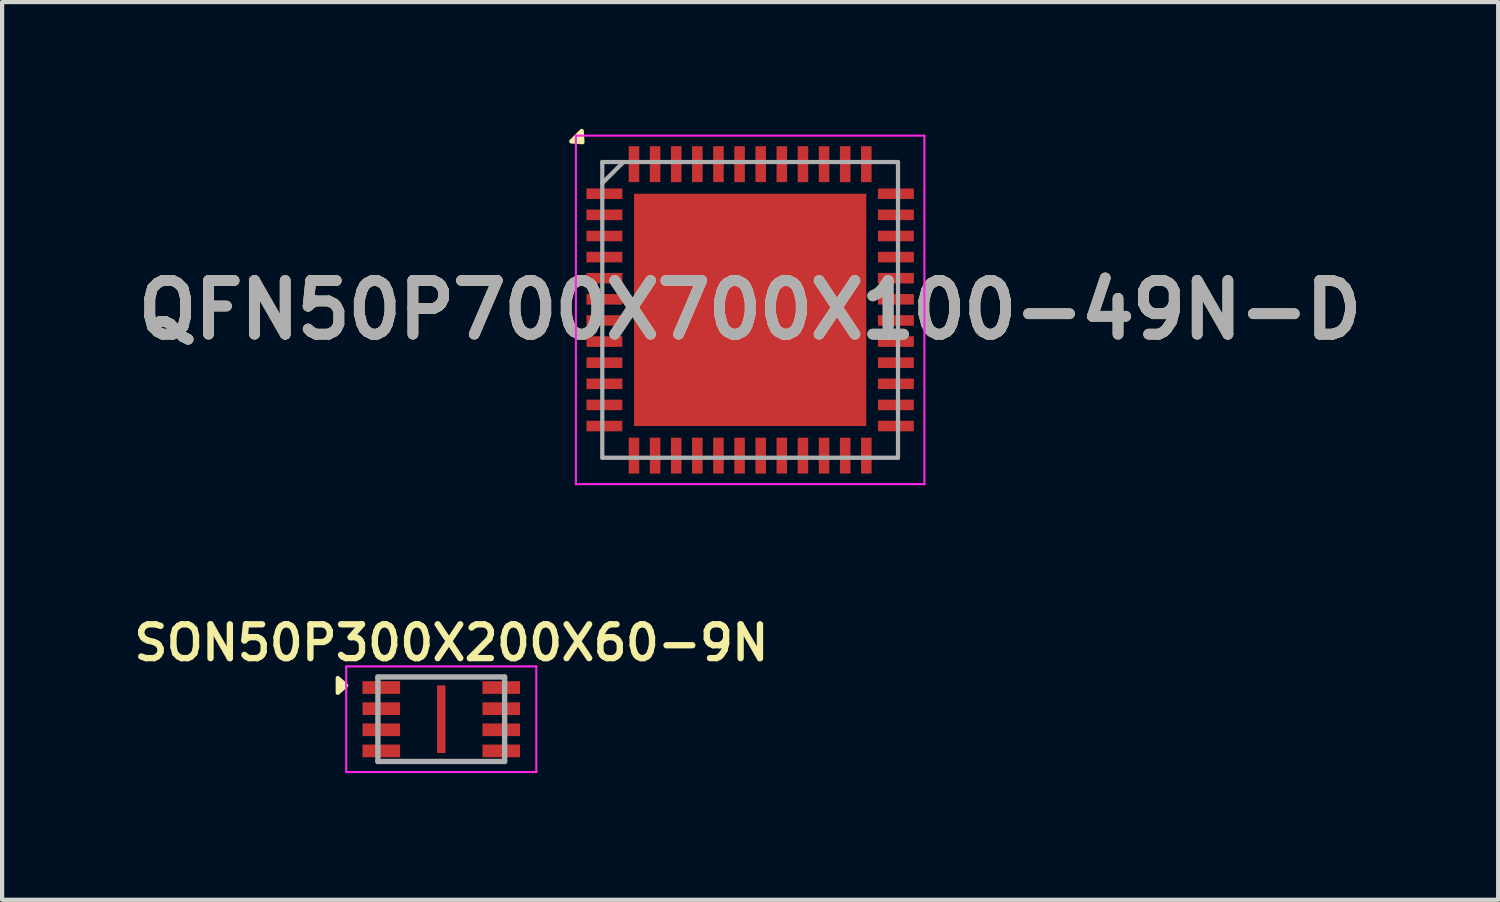
<source format=kicad_pcb>
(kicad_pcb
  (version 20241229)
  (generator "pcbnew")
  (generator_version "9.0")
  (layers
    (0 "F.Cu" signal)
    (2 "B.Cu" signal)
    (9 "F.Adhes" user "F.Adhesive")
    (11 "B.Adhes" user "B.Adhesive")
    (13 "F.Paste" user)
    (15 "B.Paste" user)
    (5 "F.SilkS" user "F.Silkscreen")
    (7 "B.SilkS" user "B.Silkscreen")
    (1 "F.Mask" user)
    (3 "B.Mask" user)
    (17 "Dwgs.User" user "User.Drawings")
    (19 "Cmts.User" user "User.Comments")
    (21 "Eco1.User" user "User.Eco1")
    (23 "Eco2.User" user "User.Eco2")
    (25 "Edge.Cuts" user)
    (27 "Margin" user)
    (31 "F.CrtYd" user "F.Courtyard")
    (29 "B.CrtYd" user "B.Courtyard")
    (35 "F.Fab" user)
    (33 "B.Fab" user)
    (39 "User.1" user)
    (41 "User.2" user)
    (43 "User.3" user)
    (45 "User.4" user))
  (footprint "QFN50P700X700X100-49N-D"
    (layer "F.Cu")
    (at 14.708 4.286)
    (property "Reference" "QFN50P700X700X100-49N-D" (at 0 0 0) (layer "F.SilkS") (effects (font (size 1.27 1.27) (thickness 0.254))))
    (attr smd)
    (fp_poly (pts (xy -3.97 -3.97) (xy -3.987 -4.236) (xy -4.235 -3.988)) (stroke (width 0.1) (type solid)) (fill yes) (layer "F.SilkS"))
    (fp_rect (start -2.606 -0.764) (end -1.094 0.747) (stroke (width 0) (type default)) (fill yes) (layer "F.Paste"))
    (fp_rect (start -2.606 1.004) (end -1.094 2.516) (stroke (width 0) (type default)) (fill yes) (layer "F.Paste"))
    (fp_rect (start -2.589 -2.589) (end -1.077 -1.077) (stroke (width 0) (type default)) (fill yes) (layer "F.Paste"))
    (fp_rect (start -0.773 -0.764) (end 0.739 0.764) (stroke (width 0) (type default)) (fill yes) (layer "F.Paste"))
    (fp_rect (start -0.773 1.004) (end 0.739 2.533) (stroke (width 0) (type default)) (fill yes) (layer "F.Paste"))
    (fp_rect (start -0.756 -2.589) (end 0.756 -1.06) (stroke (width 0) (type default)) (fill yes) (layer "F.Paste"))
    (fp_rect (start 1.06 -0.764) (end 2.572 0.764) (stroke (width 0) (type default)) (fill yes) (layer "F.Paste"))
    (fp_rect (start 1.06 1.004) (end 2.572 2.533) (stroke (width 0) (type default)) (fill yes) (layer "F.Paste"))
    (fp_rect (start 1.077 -2.589) (end 2.589 -1.06) (stroke (width 0) (type default)) (fill yes) (layer "F.Paste"))
    (fp_line (start -4.125 -4.125) (end 4.125 -4.125) (stroke (width 0.05) (type solid)) (layer "F.CrtYd"))
    (fp_line (start -4.125 4.125) (end -4.125 -4.125) (stroke (width 0.05) (type solid)) (layer "F.CrtYd"))
    (fp_line (start 4.125 -4.125) (end 4.125 4.125) (stroke (width 0.05) (type solid)) (layer "F.CrtYd"))
    (fp_line (start 4.125 4.125) (end -4.125 4.125) (stroke (width 0.05) (type solid)) (layer "F.CrtYd"))
    (fp_line (start -3.5 -3.5) (end 3.5 -3.5) (stroke (width 0.1) (type solid)) (layer "F.Fab"))
    (fp_line (start -3.5 -3) (end -3 -3.5) (stroke (width 0.1) (type solid)) (layer "F.Fab"))
    (fp_line (start -3.5 3.5) (end -3.5 -3.5) (stroke (width 0.1) (type solid)) (layer "F.Fab"))
    (fp_line (start 3.5 -3.5) (end 3.5 3.5) (stroke (width 0.1) (type solid)) (layer "F.Fab"))
    (fp_line (start 3.5 3.5) (end -3.5 3.5) (stroke (width 0.1) (type solid)) (layer "F.Fab"))
    (fp_text user "${REFERENCE}" (at 0 0 0) (layer "F.Fab") (effects (font (size 1.27 1.27) (thickness 0.254))))
    (pad "1" smd rect (at -3.45 -2.75 90) (size 0.25 0.85) (layers "F.Cu" "F.Mask" "F.Paste"))
    (pad "2" smd rect (at -3.45 -2.25 90) (size 0.25 0.85) (layers "F.Cu" "F.Mask" "F.Paste"))
    (pad "3" smd rect (at -3.45 -1.75 90) (size 0.25 0.85) (layers "F.Cu" "F.Mask" "F.Paste"))
    (pad "4" smd rect (at -3.45 -1.25 90) (size 0.25 0.85) (layers "F.Cu" "F.Mask" "F.Paste"))
    (pad "5" smd rect (at -3.45 -0.75 90) (size 0.25 0.85) (layers "F.Cu" "F.Mask" "F.Paste"))
    (pad "6" smd rect (at -3.45 -0.25 90) (size 0.25 0.85) (layers "F.Cu" "F.Mask" "F.Paste"))
    (pad "7" smd rect (at -3.45 0.25 90) (size 0.25 0.85) (layers "F.Cu" "F.Mask" "F.Paste"))
    (pad "8" smd rect (at -3.45 0.75 90) (size 0.25 0.85) (layers "F.Cu" "F.Mask" "F.Paste"))
    (pad "9" smd rect (at -3.45 1.25 90) (size 0.25 0.85) (layers "F.Cu" "F.Mask" "F.Paste"))
    (pad "10" smd rect (at -3.45 1.75 90) (size 0.25 0.85) (layers "F.Cu" "F.Mask" "F.Paste"))
    (pad "11" smd rect (at -3.45 2.25 90) (size 0.25 0.85) (layers "F.Cu" "F.Mask" "F.Paste"))
    (pad "12" smd rect (at -3.45 2.75 90) (size 0.25 0.85) (layers "F.Cu" "F.Mask" "F.Paste"))
    (pad "13" smd rect (at -2.75 3.45) (size 0.25 0.85) (layers "F.Cu" "F.Mask" "F.Paste"))
    (pad "14" smd rect (at -2.25 3.45) (size 0.25 0.85) (layers "F.Cu" "F.Mask" "F.Paste"))
    (pad "15" smd rect (at -1.75 3.45) (size 0.25 0.85) (layers "F.Cu" "F.Mask" "F.Paste"))
    (pad "16" smd rect (at -1.25 3.45) (size 0.25 0.85) (layers "F.Cu" "F.Mask" "F.Paste"))
    (pad "17" smd rect (at -0.75 3.45) (size 0.25 0.85) (layers "F.Cu" "F.Mask" "F.Paste"))
    (pad "18" smd rect (at -0.25 3.45) (size 0.25 0.85) (layers "F.Cu" "F.Mask" "F.Paste"))
    (pad "19" smd rect (at 0.25 3.45) (size 0.25 0.85) (layers "F.Cu" "F.Mask" "F.Paste"))
    (pad "20" smd rect (at 0.75 3.45) (size 0.25 0.85) (layers "F.Cu" "F.Mask" "F.Paste"))
    (pad "21" smd rect (at 1.25 3.45) (size 0.25 0.85) (layers "F.Cu" "F.Mask" "F.Paste"))
    (pad "22" smd rect (at 1.75 3.45) (size 0.25 0.85) (layers "F.Cu" "F.Mask" "F.Paste"))
    (pad "23" smd rect (at 2.25 3.45) (size 0.25 0.85) (layers "F.Cu" "F.Mask" "F.Paste"))
    (pad "24" smd rect (at 2.75 3.45) (size 0.25 0.85) (layers "F.Cu" "F.Mask" "F.Paste"))
    (pad "25" smd rect (at 3.45 2.75 90) (size 0.25 0.85) (layers "F.Cu" "F.Mask" "F.Paste"))
    (pad "26" smd rect (at 3.45 2.25 90) (size 0.25 0.85) (layers "F.Cu" "F.Mask" "F.Paste"))
    (pad "27" smd rect (at 3.45 1.75 90) (size 0.25 0.85) (layers "F.Cu" "F.Mask" "F.Paste"))
    (pad "28" smd rect (at 3.45 1.25 90) (size 0.25 0.85) (layers "F.Cu" "F.Mask" "F.Paste"))
    (pad "29" smd rect (at 3.45 0.75 90) (size 0.25 0.85) (layers "F.Cu" "F.Mask" "F.Paste"))
    (pad "30" smd rect (at 3.45 0.25 90) (size 0.25 0.85) (layers "F.Cu" "F.Mask" "F.Paste"))
    (pad "31" smd rect (at 3.45 -0.25 90) (size 0.25 0.85) (layers "F.Cu" "F.Mask" "F.Paste"))
    (pad "32" smd rect (at 3.45 -0.75 90) (size 0.25 0.85) (layers "F.Cu" "F.Mask" "F.Paste"))
    (pad "33" smd rect (at 3.45 -1.25 90) (size 0.25 0.85) (layers "F.Cu" "F.Mask" "F.Paste"))
    (pad "34" smd rect (at 3.45 -1.75 90) (size 0.25 0.85) (layers "F.Cu" "F.Mask" "F.Paste"))
    (pad "35" smd rect (at 3.45 -2.25 90) (size 0.25 0.85) (layers "F.Cu" "F.Mask" "F.Paste"))
    (pad "36" smd rect (at 3.45 -2.75 90) (size 0.25 0.85) (layers "F.Cu" "F.Mask" "F.Paste"))
    (pad "37" smd rect (at 2.75 -3.45) (size 0.25 0.85) (layers "F.Cu" "F.Mask" "F.Paste"))
    (pad "38" smd rect (at 2.25 -3.45) (size 0.25 0.85) (layers "F.Cu" "F.Mask" "F.Paste"))
    (pad "39" smd rect (at 1.75 -3.45) (size 0.25 0.85) (layers "F.Cu" "F.Mask" "F.Paste"))
    (pad "40" smd rect (at 1.25 -3.45) (size 0.25 0.85) (layers "F.Cu" "F.Mask" "F.Paste"))
    (pad "41" smd rect (at 0.75 -3.45) (size 0.25 0.85) (layers "F.Cu" "F.Mask" "F.Paste"))
    (pad "42" smd rect (at 0.25 -3.45) (size 0.25 0.85) (layers "F.Cu" "F.Mask" "F.Paste"))
    (pad "43" smd rect (at -0.25 -3.45) (size 0.25 0.85) (layers "F.Cu" "F.Mask" "F.Paste"))
    (pad "44" smd rect (at -0.75 -3.45) (size 0.25 0.85) (layers "F.Cu" "F.Mask" "F.Paste"))
    (pad "45" smd rect (at -1.25 -3.45) (size 0.25 0.85) (layers "F.Cu" "F.Mask" "F.Paste"))
    (pad "46" smd rect (at -1.75 -3.45) (size 0.25 0.85) (layers "F.Cu" "F.Mask" "F.Paste"))
    (pad "47" smd rect (at -2.25 -3.45) (size 0.25 0.85) (layers "F.Cu" "F.Mask" "F.Paste"))
    (pad "48" smd rect (at -2.75 -3.45) (size 0.25 0.85) (layers "F.Cu" "F.Mask" "F.Paste"))
    (pad "49" smd rect (at 0 0) (size 5.5 5.5) (layers "F.Cu" "F.Mask")))
  (footprint "SON50P300X200X60-9N"
    (layer "F.Cu")
    (at 7.396 13.976)
    (property "Reference" "SON50P300X200X60-9N" (at 0.24 -1.809 0) (layer "F.SilkS") (effects (font (size 0.801 0.801) (thickness 0.15))))
    (attr smd)
    (fp_poly (pts (xy -2.25 -0.8) (xy -2.45 -0.975) (xy -2.45 -0.625)) (stroke (width 0.1) (type solid)) (fill yes) (layer "F.SilkS"))
    (fp_line (start -2.25 -1.25) (end 2.25 -1.25) (stroke (width 0.05) (type solid)) (layer "F.CrtYd"))
    (fp_line (start -2.25 1.25) (end -2.25 -1.25) (stroke (width 0.05) (type solid)) (layer "F.CrtYd"))
    (fp_line (start 2.25 -1.25) (end 2.25 1.25) (stroke (width 0.05) (type solid)) (layer "F.CrtYd"))
    (fp_line (start 2.25 1.25) (end -2.25 1.25) (stroke (width 0.05) (type solid)) (layer "F.CrtYd"))
    (fp_line (start -1.5 -1) (end 1.5 -1) (stroke (width 0.127) (type solid)) (layer "F.Fab"))
    (fp_line (start -1.5 1) (end -1.5 -1) (stroke (width 0.127) (type solid)) (layer "F.Fab"))
    (fp_line (start 1.5 -1) (end 1.5 1) (stroke (width 0.127) (type solid)) (layer "F.Fab"))
    (fp_line (start 1.5 1) (end -1.5 1) (stroke (width 0.127) (type solid)) (layer "F.Fab"))
    (pad "1" smd rect (at -1.42 -0.75) (size 0.89 0.3) (layers "F.Cu" "F.Mask" "F.Paste"))
    (pad "2" smd rect (at -1.42 -0.25) (size 0.89 0.3) (layers "F.Cu" "F.Mask" "F.Paste"))
    (pad "3" smd rect (at -1.42 0.25) (size 0.89 0.3) (layers "F.Cu" "F.Mask" "F.Paste"))
    (pad "4" smd rect (at -1.42 0.75) (size 0.89 0.3) (layers "F.Cu" "F.Mask" "F.Paste"))
    (pad "5" smd rect (at 1.42 0.75 180) (size 0.89 0.3) (layers "F.Cu" "F.Mask" "F.Paste"))
    (pad "6" smd rect (at 1.42 0.25 180) (size 0.89 0.3) (layers "F.Cu" "F.Mask" "F.Paste"))
    (pad "7" smd rect (at 1.42 -0.25 180) (size 0.89 0.3) (layers "F.Cu" "F.Mask" "F.Paste"))
    (pad "8" smd rect (at 1.42 -0.75 180) (size 0.89 0.3) (layers "F.Cu" "F.Mask" "F.Paste"))
    (pad "9" smd rect (at 0 0) (size 0.2 1.6) (layers "F.Cu" "F.Mask" "F.Paste")))
  (gr_rect
    (start -3 -3)
    (end 32.416 18.251)
    (stroke (width 0.1) (type default))
    (fill no)
    (layer "Edge.Cuts")))
</source>
